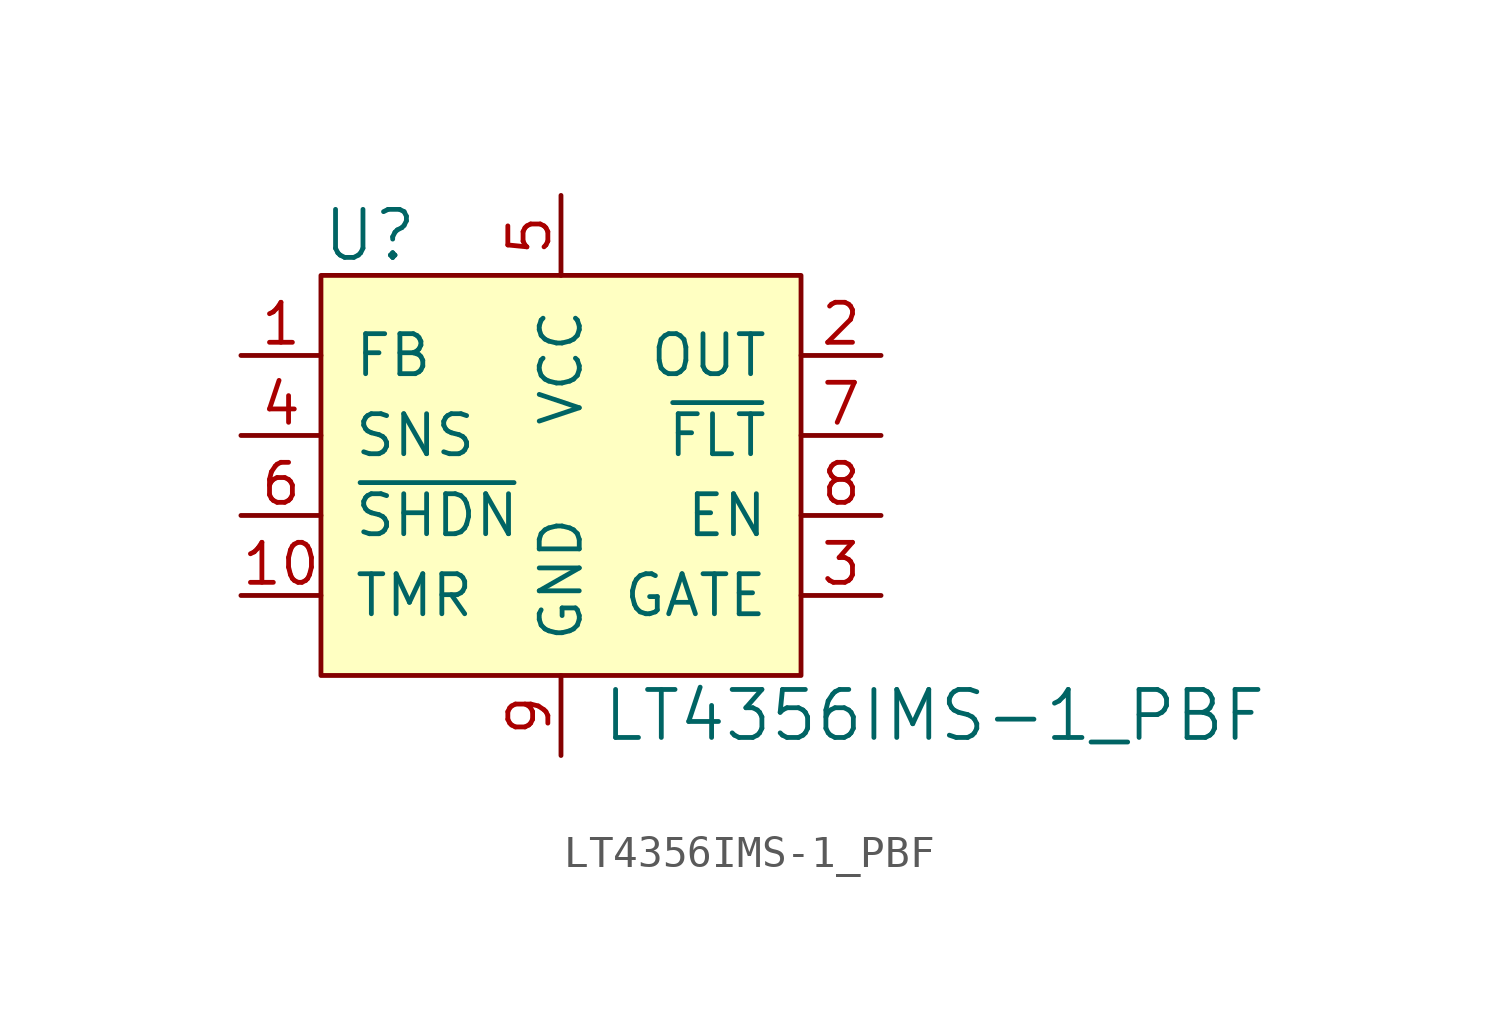
<source format=kicad_sym>
(kicad_symbol_lib
  (version 20201005)
  (generator kicad_symbol_editor)
  (symbol "LT4356IMS-1_PBF"
    (pin_names
      (offset 1.016))
    (property "Reference" "U"
      (at -5.08 3.81 0)
      (effects (font (size 1.524 1.524)) (justify left)))
    (property "Value" "LT4356IMS-1_PBF"
      (at 3.81 -11.43 0)
      (effects (font (size 1.524 1.524)) (justify left)))
    (symbol "LT4356IMS-1_PBF_0_1"
      (rectangle (start -5.08 2.54) (end 10.16 -10.16) (stroke (width 0)) (fill (type background))))
    (symbol "LT4356IMS-1_PBF_1_1"
      (pin input line (at -7.62 0 0) (length 2.54) (name "FB" (effects (font (size 1.27 1.27)))) (number "1" (effects (font (size 1.27 1.27)))))
      (pin output line (at 12.7 0 180) (length 2.54) (name "OUT" (effects (font (size 1.27 1.27)))) (number "2" (effects (font (size 1.27 1.27)))))
      (pin input line (at 12.7 -7.62 180) (length 2.54) (name "GATE" (effects (font (size 1.27 1.27)))) (number "3" (effects (font (size 1.27 1.27)))))
      (pin passive line (at -7.62 -2.54 0) (length 2.54) (name "SNS" (effects (font (size 1.27 1.27)))) (number "4" (effects (font (size 1.27 1.27)))))
      (pin power_in line (at 2.54 5.08 270) (length 2.54) (name "VCC" (effects (font (size 1.27 1.27)))) (number "5" (effects (font (size 1.27 1.27)))))
      (pin input line (at -7.62 -5.08 0) (length 2.54) (name "~SHDN" (effects (font (size 1.27 1.27)))) (number "6" (effects (font (size 1.27 1.27)))))
      (pin output line (at 12.7 -2.54 180) (length 2.54) (name "~FLT" (effects (font (size 1.27 1.27)))) (number "7" (effects (font (size 1.27 1.27)))))
      (pin output line (at 12.7 -5.08 180) (length 2.54) (name "EN" (effects (font (size 1.27 1.27)))) (number "8" (effects (font (size 1.27 1.27)))))
      (pin power_in line (at 2.54 -12.7 90) (length 2.54) (name "GND" (effects (font (size 1.27 1.27)))) (number "9" (effects (font (size 1.27 1.27)))))
      (pin passive line (at -7.62 -7.62 0) (length 2.54) (name "TMR" (effects (font (size 1.27 1.27)))) (number "10" (effects (font (size 1.27 1.27))))))))
</source>
